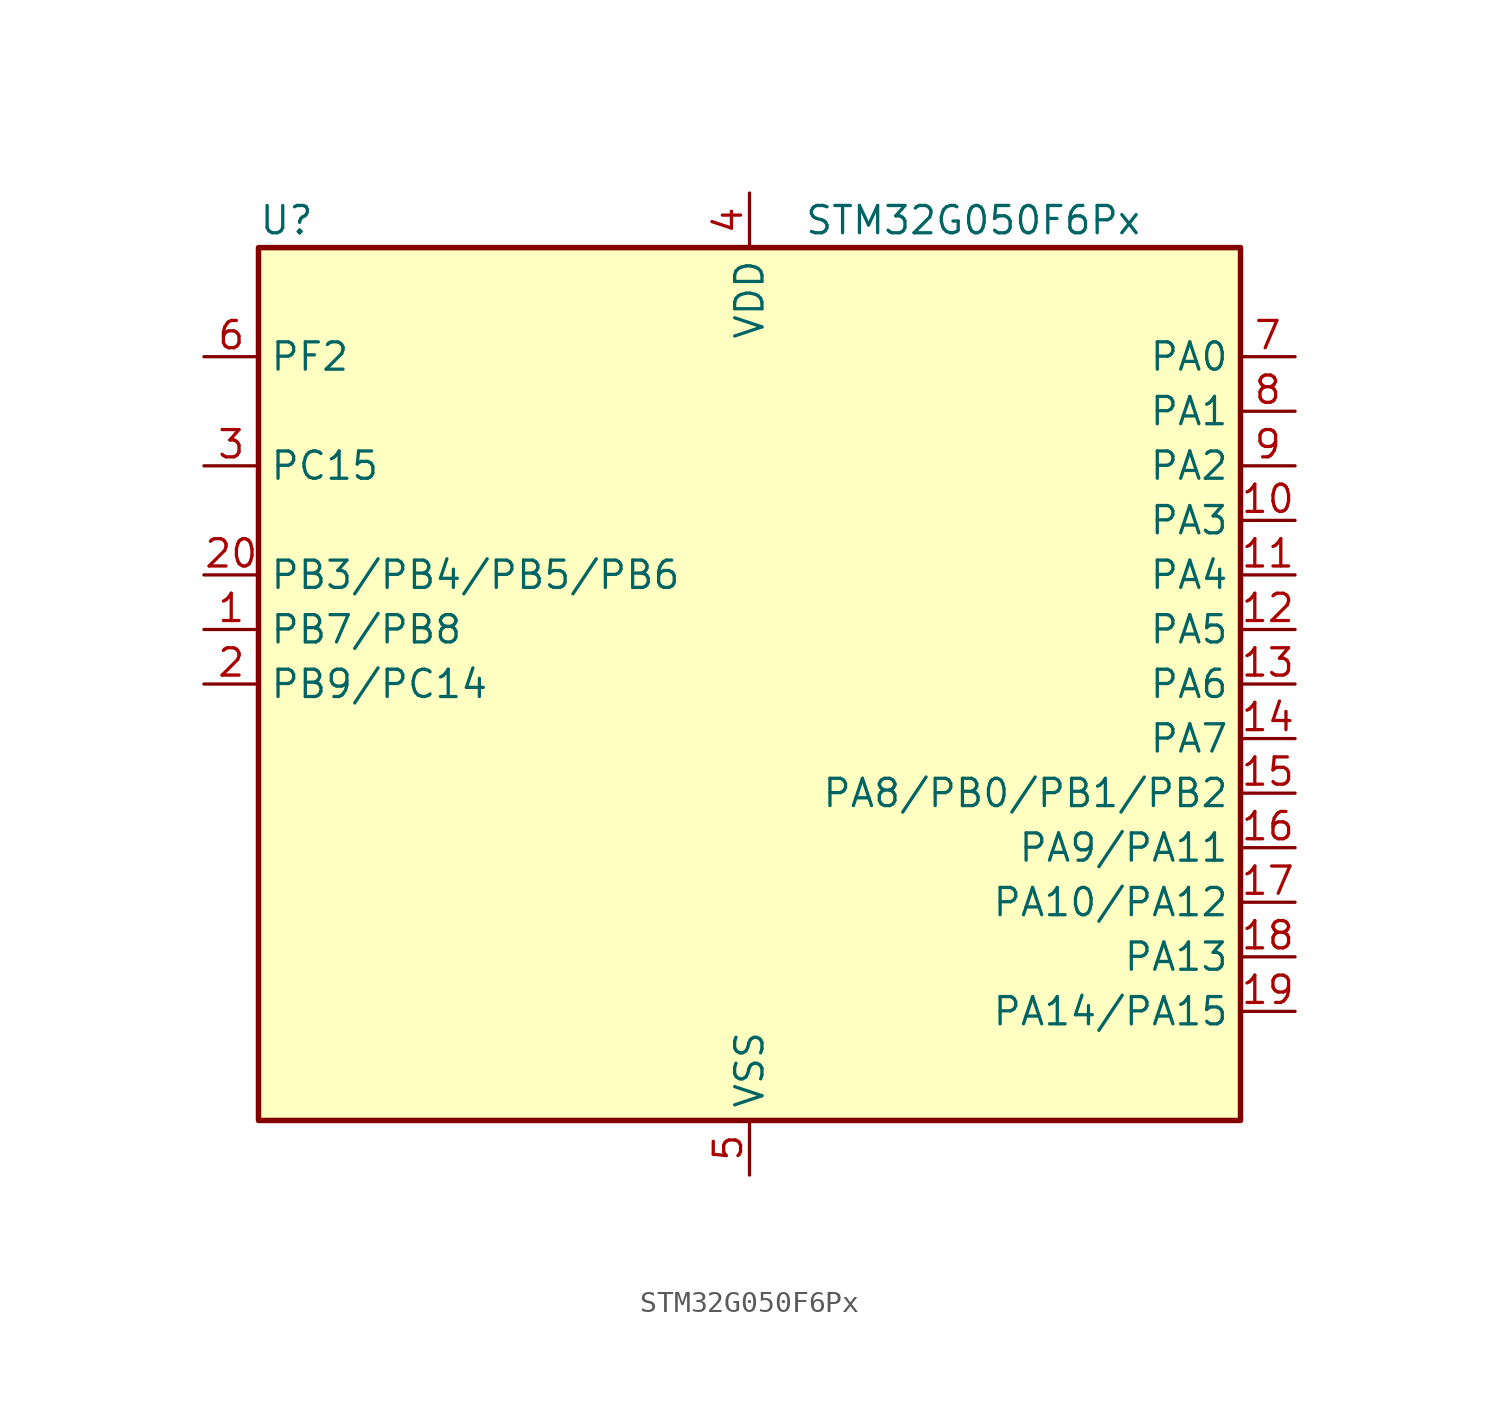
<source format=kicad_sym>
(kicad_symbol_lib
  (version 20241209)
  (generator "kicad_symbol_editor")
  (generator_version "9.0")
  (symbol "STM32G050F6Px"
    (property "Reference" "U"
      (at -22.86 21.59 0)
      (effects (font (size 1.27 1.27)) (justify left)))
    (property "Value" "STM32G050F6Px"
      (at 2.54 21.59 0)
      (effects (font (size 1.27 1.27)) (justify left)))
    (symbol "STM32G050F6Px_0_1"
      (rectangle (start -22.86 -20.32) (end 22.86 20.32) (stroke (width 0.254) (type default)) (fill (type background))))
    (symbol "STM32G050F6Px_1_1"
      (pin bidirectional line (at -25.4 15.24 0) (length 2.54) (name "PF2" (effects (font (size 1.27 1.27)))) (number "6" (effects (font (size 1.27 1.27)))) (alternate "RCC_MCO" bidirectional line))
      (pin bidirectional line (at -25.4 10.16 0) (length 2.54) (name "PC15" (effects (font (size 1.27 1.27)))) (number "3" (effects (font (size 1.27 1.27)))) (alternate "RCC_OSC32_EN" bidirectional line) (alternate "RCC_OSC32_OUT" bidirectional line) (alternate "RCC_OSC_EN" bidirectional line) (alternate "TIM15_BK" bidirectional line))
      (pin bidirectional line (at -25.4 5.08 0) (length 2.54) (name "PB3/PB4/PB5/PB6" (effects (font (size 1.27 1.27)))) (number "20" (effects (font (size 1.27 1.27)))) (alternate "I2C1_SCL (PB6)" bidirectional line) (alternate "I2C1_SMBA (PB5)" bidirectional line) (alternate "I2S1_CK (PB3)" bidirectional line) (alternate "I2S1_MCK (PB4)" bidirectional line) (alternate "I2S1_SD (PB5)" bidirectional line) (alternate "PB3" bidirectional line) (alternate "PB4" bidirectional line) (alternate "PB5" bidirectional line) (alternate "PB6" bidirectional line) (alternate "SPI1_MISO (PB4)" bidirectional line) (alternate "SPI1_MOSI (PB5)" bidirectional line) (alternate "SPI1_SCK (PB3)" bidirectional line) (alternate "SPI2_MISO (PB6)" bidirectional line) (alternate "SYS_WKUP6 (PB5)" bidirectional line) (alternate "TIM16_BK (PB5)" bidirectional line) (alternate "TIM16_CH1N (PB6)" bidirectional line) (alternate "TIM17_BK (PB4)" bidirectional line) (alternate "TIM1_CH2 (PB3)" bidirectional line) (alternate "TIM1_CH3 (PB6)" bidirectional line) (alternate "TIM3_CH1 (PB4)" bidirectional line) (alternate "TIM3_CH2 (PB5)" bidirectional line) (alternate "USART1_CK (PB3)" bidirectional line) (alternate "USART1_CTS (PB4)" bidirectional line) (alternate "USART1_DE (PB3)" bidirectional line) (alternate "USART1_NSS (PB4)" bidirectional line) (alternate "USART1_RTS (PB3)" bidirectional line) (alternate "USART1_TX (PB6)" bidirectional line))
      (pin bidirectional line (at -25.4 2.54 0) (length 2.54) (name "PB7/PB8" (effects (font (size 1.27 1.27)))) (number "1" (effects (font (size 1.27 1.27)))) (alternate "ADC1_IN11 (PB7)" bidirectional line) (alternate "I2C1_SCL (PB8)" bidirectional line) (alternate "I2C1_SDA (PB7)" bidirectional line) (alternate "PB7" bidirectional line) (alternate "PB8" bidirectional line) (alternate "SPI2_MOSI (PB7)" bidirectional line) (alternate "SPI2_SCK (PB8)" bidirectional line) (alternate "SYS_PVD_IN (PB7)" bidirectional line) (alternate "TIM15_BK (PB8)" bidirectional line) (alternate "TIM16_CH1 (PB8)" bidirectional line) (alternate "TIM17_CH1N (PB7)" bidirectional line) (alternate "USART1_RX (PB7)" bidirectional line))
      (pin bidirectional line (at -25.4 0 0) (length 2.54) (name "PB9/PC14" (effects (font (size 1.27 1.27)))) (number "2" (effects (font (size 1.27 1.27)))) (alternate "I2C1_SDA (PB9)" bidirectional line) (alternate "IR_OUT (PB9)" bidirectional line) (alternate "PB9" bidirectional line) (alternate "PC14" bidirectional line) (alternate "RCC_OSC32_IN (PC14)" bidirectional line) (alternate "RCC_OSC_IN (PC14)" bidirectional line) (alternate "SPI2_NSS (PB9)" bidirectional line) (alternate "TIM17_CH1 (PB9)" bidirectional line) (alternate "TIM1_BK2 (PC14)" bidirectional line))
      (pin power_in line (at 0 22.86 270) (length 2.54) (name "VDD" (effects (font (size 1.27 1.27)))) (number "4" (effects (font (size 1.27 1.27)))))
      (pin power_in line (at 0 -22.86 90) (length 2.54) (name "VSS" (effects (font (size 1.27 1.27)))) (number "5" (effects (font (size 1.27 1.27)))))
      (pin bidirectional line (at 25.4 15.24 180) (length 2.54) (name "PA0" (effects (font (size 1.27 1.27)))) (number "7" (effects (font (size 1.27 1.27)))) (alternate "ADC1_IN0" bidirectional line) (alternate "RTC_TAMP_IN2" bidirectional line) (alternate "SPI2_SCK" bidirectional line) (alternate "SYS_WKUP1" bidirectional line) (alternate "USART2_CTS" bidirectional line) (alternate "USART2_NSS" bidirectional line))
      (pin bidirectional line (at 25.4 12.7 180) (length 2.54) (name "PA1" (effects (font (size 1.27 1.27)))) (number "8" (effects (font (size 1.27 1.27)))) (alternate "ADC1_IN1" bidirectional line) (alternate "I2C1_SMBA" bidirectional line) (alternate "I2S1_CK" bidirectional line) (alternate "SPI1_SCK" bidirectional line) (alternate "TIM15_CH1N" bidirectional line) (alternate "USART2_CK" bidirectional line) (alternate "USART2_DE" bidirectional line) (alternate "USART2_RTS" bidirectional line))
      (pin bidirectional line (at 25.4 10.16 180) (length 2.54) (name "PA2" (effects (font (size 1.27 1.27)))) (number "9" (effects (font (size 1.27 1.27)))) (alternate "ADC1_IN2" bidirectional line) (alternate "I2S1_SD" bidirectional line) (alternate "RCC_LSCO" bidirectional line) (alternate "SPI1_MOSI" bidirectional line) (alternate "SYS_WKUP4" bidirectional line) (alternate "TIM15_CH1" bidirectional line) (alternate "USART2_TX" bidirectional line))
      (pin bidirectional line (at 25.4 7.62 180) (length 2.54) (name "PA3" (effects (font (size 1.27 1.27)))) (number "10" (effects (font (size 1.27 1.27)))) (alternate "ADC1_IN3" bidirectional line) (alternate "SPI2_MISO" bidirectional line) (alternate "TIM15_CH2" bidirectional line) (alternate "USART2_RX" bidirectional line))
      (pin bidirectional line (at 25.4 5.08 180) (length 2.54) (name "PA4" (effects (font (size 1.27 1.27)))) (number "11" (effects (font (size 1.27 1.27)))) (alternate "ADC1_IN4" bidirectional line) (alternate "I2S1_WS" bidirectional line) (alternate "RTC_OUT1" bidirectional line) (alternate "RTC_TAMP_IN1" bidirectional line) (alternate "RTC_TS" bidirectional line) (alternate "SPI1_NSS" bidirectional line) (alternate "SPI2_MOSI" bidirectional line) (alternate "SYS_WKUP2" bidirectional line) (alternate "TIM14_CH1" bidirectional line))
      (pin bidirectional line (at 25.4 2.54 180) (length 2.54) (name "PA5" (effects (font (size 1.27 1.27)))) (number "12" (effects (font (size 1.27 1.27)))) (alternate "ADC1_IN5" bidirectional line) (alternate "I2S1_CK" bidirectional line) (alternate "SPI1_SCK" bidirectional line))
      (pin bidirectional line (at 25.4 0 180) (length 2.54) (name "PA6" (effects (font (size 1.27 1.27)))) (number "13" (effects (font (size 1.27 1.27)))) (alternate "ADC1_IN6" bidirectional line) (alternate "I2S1_MCK" bidirectional line) (alternate "SPI1_MISO" bidirectional line) (alternate "TIM16_CH1" bidirectional line) (alternate "TIM1_BK" bidirectional line) (alternate "TIM3_CH1" bidirectional line))
      (pin bidirectional line (at 25.4 -2.54 180) (length 2.54) (name "PA7" (effects (font (size 1.27 1.27)))) (number "14" (effects (font (size 1.27 1.27)))) (alternate "ADC1_IN7" bidirectional line) (alternate "I2S1_SD" bidirectional line) (alternate "SPI1_MOSI" bidirectional line) (alternate "TIM14_CH1" bidirectional line) (alternate "TIM17_CH1" bidirectional line) (alternate "TIM1_CH1N" bidirectional line) (alternate "TIM3_CH2" bidirectional line))
      (pin bidirectional line (at 25.4 -5.08 180) (length 2.54) (name "PA8/PB0/PB1/PB2" (effects (font (size 1.27 1.27)))) (number "15" (effects (font (size 1.27 1.27)))) (alternate "ADC1_IN10 (PB2)" bidirectional line) (alternate "ADC1_IN8 (PB0)" bidirectional line) (alternate "ADC1_IN9 (PB1)" bidirectional line) (alternate "I2S1_WS (PB0)" bidirectional line) (alternate "PA8" bidirectional line) (alternate "PB0" bidirectional line) (alternate "PB1" bidirectional line) (alternate "PB2" bidirectional line) (alternate "RCC_MCO (PA8)" bidirectional line) (alternate "SPI1_NSS (PB0)" bidirectional line) (alternate "SPI2_MISO (PB2)" bidirectional line) (alternate "SPI2_NSS (PA8)" bidirectional line) (alternate "TIM14_CH1 (PB1)" bidirectional line) (alternate "TIM1_CH1 (PA8)" bidirectional line) (alternate "TIM1_CH2N (PB0)" bidirectional line) (alternate "TIM1_CH3N (PB1)" bidirectional line) (alternate "TIM3_CH3 (PB0)" bidirectional line) (alternate "TIM3_CH4 (PB1)" bidirectional line))
      (pin bidirectional line (at 25.4 -7.62 180) (length 2.54) (name "PA9/PA11" (effects (font (size 1.27 1.27)))) (number "16" (effects (font (size 1.27 1.27)))) (alternate "ADC1_EXTI11 (PA11)" bidirectional line) (alternate "ADC1_IN15 (PA11)" bidirectional line) (alternate "I2C1_SCL (PA9)" bidirectional line) (alternate "I2C2_SCL (PA11)" bidirectional line) (alternate "I2S1_MCK (PA11)" bidirectional line) (alternate "PA11" bidirectional line) (alternate "PA9" bidirectional line) (alternate "RCC_MCO (PA9)" bidirectional line) (alternate "SPI1_MISO (PA11)" bidirectional line) (alternate "SPI2_MISO (PA9)" bidirectional line) (alternate "TIM15_BK (PA9)" bidirectional line) (alternate "TIM1_BK2 (PA11)" bidirectional line) (alternate "TIM1_CH2 (PA9)" bidirectional line) (alternate "TIM1_CH4 (PA11)" bidirectional line) (alternate "USART1_CTS (PA11)" bidirectional line) (alternate "USART1_NSS (PA11)" bidirectional line) (alternate "USART1_TX (PA9)" bidirectional line))
      (pin bidirectional line (at 25.4 -10.16 180) (length 2.54) (name "PA10/PA12" (effects (font (size 1.27 1.27)))) (number "17" (effects (font (size 1.27 1.27)))) (alternate "ADC1_IN16 (PA12)" bidirectional line) (alternate "I2C1_SDA (PA10)" bidirectional line) (alternate "I2C2_SDA (PA12)" bidirectional line) (alternate "I2S1_SD (PA12)" bidirectional line) (alternate "I2S_CKIN (PA12)" bidirectional line) (alternate "PA10" bidirectional line) (alternate "PA12" bidirectional line) (alternate "SPI1_MOSI (PA12)" bidirectional line) (alternate "SPI2_MOSI (PA10)" bidirectional line) (alternate "TIM17_BK (PA10)" bidirectional line) (alternate "TIM1_CH3 (PA10)" bidirectional line) (alternate "TIM1_ETR (PA12)" bidirectional line) (alternate "USART1_CK (PA12)" bidirectional line) (alternate "USART1_DE (PA12)" bidirectional line) (alternate "USART1_RTS (PA12)" bidirectional line) (alternate "USART1_RX (PA10)" bidirectional line))
      (pin bidirectional line (at 25.4 -12.7 180) (length 2.54) (name "PA13" (effects (font (size 1.27 1.27)))) (number "18" (effects (font (size 1.27 1.27)))) (alternate "ADC1_IN17" bidirectional line) (alternate "IR_OUT" bidirectional line) (alternate "SYS_SWDIO" bidirectional line))
      (pin bidirectional line (at 25.4 -15.24 180) (length 2.54) (name "PA14/PA15" (effects (font (size 1.27 1.27)))) (number "19" (effects (font (size 1.27 1.27)))) (alternate "ADC1_IN18 (PA14)" bidirectional line) (alternate "I2S1_WS (PA15)" bidirectional line) (alternate "PA14" bidirectional line) (alternate "PA15" bidirectional line) (alternate "SPI1_NSS (PA15)" bidirectional line) (alternate "SYS_SWCLK (PA14)" bidirectional line) (alternate "USART2_RX (PA15)" bidirectional line) (alternate "USART2_TX (PA14)" bidirectional line)))))
</source>
